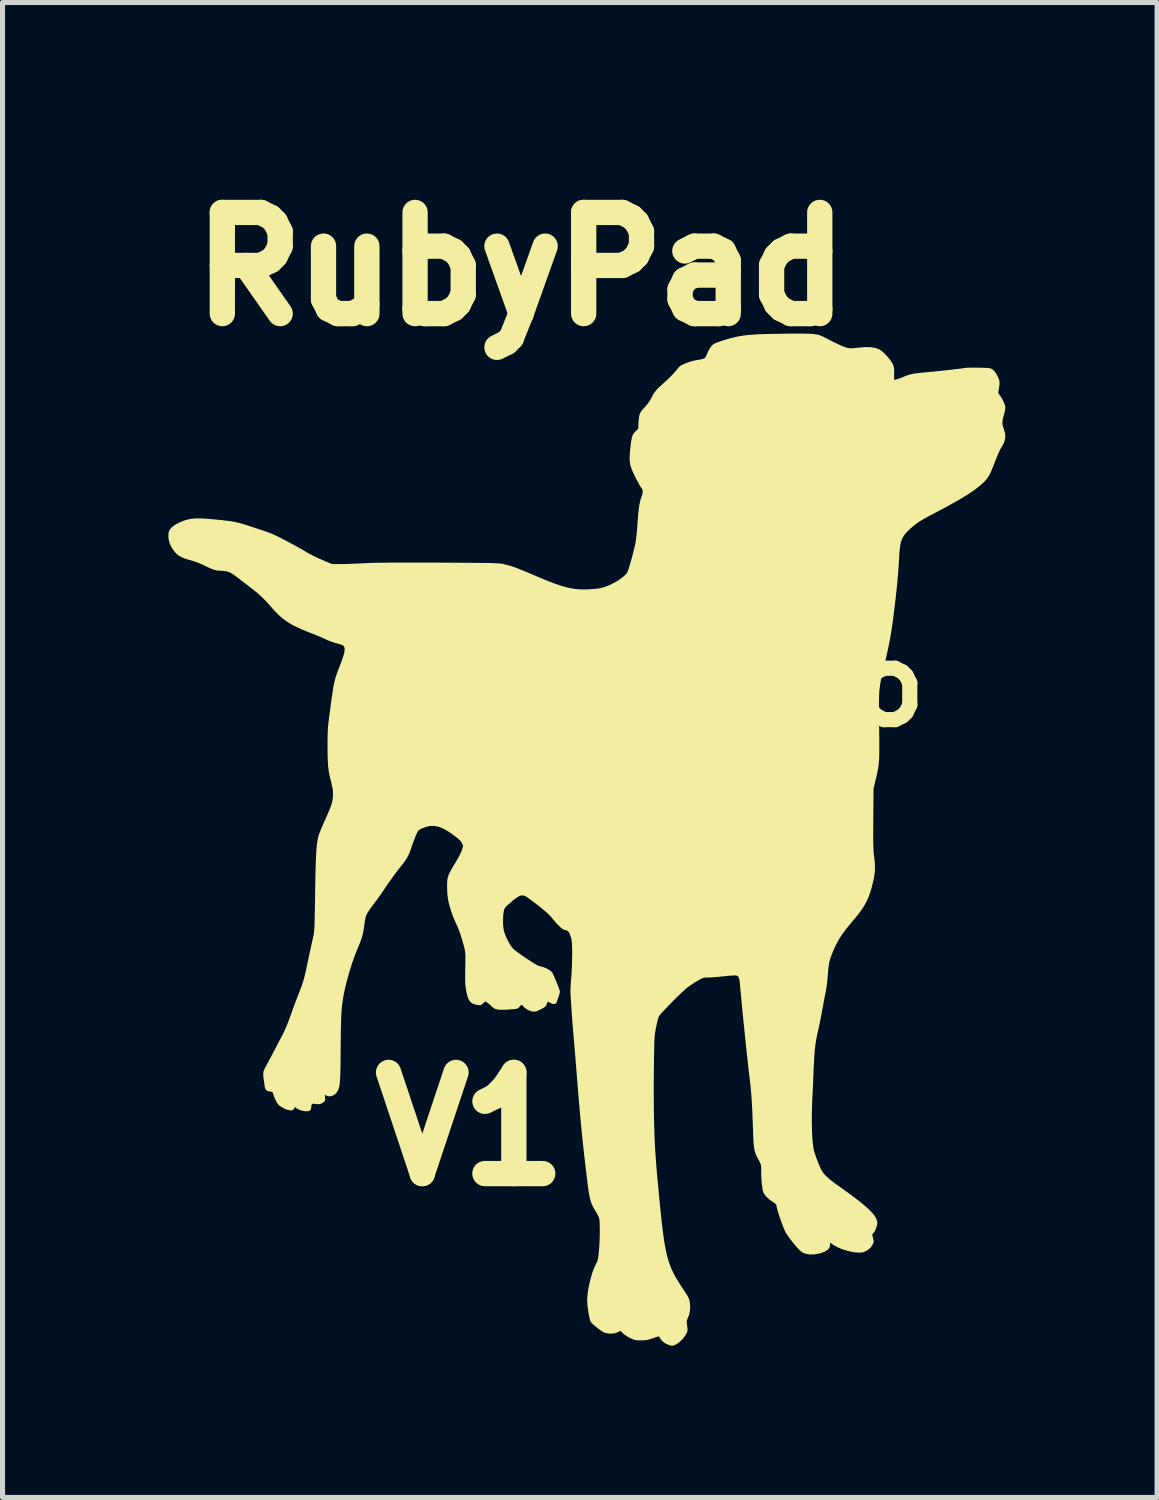
<source format=kicad_pcb>
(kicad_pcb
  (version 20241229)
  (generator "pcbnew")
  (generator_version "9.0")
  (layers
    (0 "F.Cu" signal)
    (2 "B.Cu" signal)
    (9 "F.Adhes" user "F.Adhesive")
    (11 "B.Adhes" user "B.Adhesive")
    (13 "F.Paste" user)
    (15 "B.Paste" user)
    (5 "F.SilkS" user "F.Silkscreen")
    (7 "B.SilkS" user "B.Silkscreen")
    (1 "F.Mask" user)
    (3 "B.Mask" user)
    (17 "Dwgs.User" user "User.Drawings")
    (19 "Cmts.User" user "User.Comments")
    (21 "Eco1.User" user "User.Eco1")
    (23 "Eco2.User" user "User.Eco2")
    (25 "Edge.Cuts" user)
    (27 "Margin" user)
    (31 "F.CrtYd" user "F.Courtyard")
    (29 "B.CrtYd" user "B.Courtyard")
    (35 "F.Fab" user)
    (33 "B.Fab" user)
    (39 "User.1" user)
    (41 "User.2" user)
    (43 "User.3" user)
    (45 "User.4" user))
  (footprint "logo"
    (layer "F.Cu")
    (at 0.25 0.25)
    (property "Reference" "logo" (at 12.507 10.236 0) (layer "F.SilkS") (effects (font (size 1.524 1.524) (thickness 0.3))))
    (attr board_only exclude_from_pos_files exclude_from_bom)
    (fp_poly (pts (xy 12.564 3.294) (xy 12.65 3.296) (xy 12.722 3.298) (xy 12.781 3.303) (xy 12.831 3.31) (xy 12.873 3.318) (xy 12.911 3.33) (xy 12.947 3.344) (xy 12.983 3.361) (xy 13.019 3.38) (xy 13.141 3.443) (xy 13.246 3.494) (xy 13.333 3.534) (xy 13.402 3.561) (xy 13.438 3.573) (xy 13.47 3.58) (xy 13.501 3.584) (xy 13.536 3.585) (xy 13.581 3.582) (xy 13.642 3.576) (xy 13.675 3.572) (xy 13.8 3.561) (xy 13.906 3.563) (xy 13.995 3.576) (xy 14.071 3.602) (xy 14.081 3.606) (xy 14.122 3.633) (xy 14.171 3.675) (xy 14.223 3.728) (xy 14.272 3.784) (xy 14.314 3.84) (xy 14.344 3.888) (xy 14.346 3.893) (xy 14.361 3.929) (xy 14.37 3.962) (xy 14.375 4) (xy 14.376 4.052) (xy 14.376 4.085) (xy 14.374 4.208) (xy 14.417 4.2) (xy 14.45 4.191) (xy 14.496 4.175) (xy 14.547 4.155) (xy 14.557 4.15) (xy 14.611 4.128) (xy 14.66 4.111) (xy 14.708 4.098) (xy 14.761 4.087) (xy 14.823 4.078) (xy 14.901 4.069) (xy 14.987 4.061) (xy 15.062 4.054) (xy 15.147 4.046) (xy 15.238 4.037) (xy 15.332 4.027) (xy 15.426 4.017) (xy 15.515 4.007) (xy 15.596 3.997) (xy 15.666 3.989) (xy 15.72 3.982) (xy 15.757 3.977) (xy 15.771 3.974) (xy 15.792 3.971) (xy 15.834 3.969) (xy 15.89 3.968) (xy 15.956 3.967) (xy 16.027 3.968) (xy 16.098 3.969) (xy 16.163 3.971) (xy 16.217 3.974) (xy 16.256 3.977) (xy 16.272 3.98) (xy 16.317 3.999) (xy 16.355 4.032) (xy 16.39 4.082) (xy 16.419 4.136) (xy 16.441 4.185) (xy 16.454 4.225) (xy 16.459 4.264) (xy 16.457 4.31) (xy 16.447 4.372) (xy 16.446 4.38) (xy 16.431 4.467) (xy 16.471 4.523) (xy 16.514 4.591) (xy 16.547 4.659) (xy 16.568 4.721) (xy 16.573 4.762) (xy 16.569 4.801) (xy 16.559 4.852) (xy 16.549 4.89) (xy 16.527 4.967) (xy 16.516 5.028) (xy 16.516 5.081) (xy 16.526 5.131) (xy 16.541 5.174) (xy 16.568 5.265) (xy 16.573 5.349) (xy 16.555 5.432) (xy 16.513 5.517) (xy 16.494 5.547) (xy 16.474 5.582) (xy 16.448 5.635) (xy 16.419 5.699) (xy 16.391 5.769) (xy 16.379 5.8) (xy 16.339 5.904) (xy 16.305 5.988) (xy 16.275 6.055) (xy 16.246 6.109) (xy 16.217 6.153) (xy 16.187 6.191) (xy 16.161 6.219) (xy 16.101 6.275) (xy 16.034 6.331) (xy 15.957 6.389) (xy 15.869 6.45) (xy 15.766 6.515) (xy 15.649 6.585) (xy 15.514 6.661) (xy 15.36 6.745) (xy 15.185 6.838) (xy 15.086 6.89) (xy 15.006 6.933) (xy 14.941 6.97) (xy 14.887 7.002) (xy 14.84 7.033) (xy 14.797 7.065) (xy 14.755 7.099) (xy 14.708 7.139) (xy 14.692 7.153) (xy 14.624 7.218) (xy 14.572 7.281) (xy 14.534 7.347) (xy 14.508 7.421) (xy 14.491 7.509) (xy 14.48 7.616) (xy 14.479 7.634) (xy 14.471 7.774) (xy 14.463 7.899) (xy 14.455 8.014) (xy 14.446 8.123) (xy 14.436 8.233) (xy 14.424 8.346) (xy 14.411 8.469) (xy 14.395 8.607) (xy 14.376 8.763) (xy 14.373 8.791) (xy 14.354 8.943) (xy 14.335 9.078) (xy 14.316 9.201) (xy 14.296 9.319) (xy 14.273 9.438) (xy 14.247 9.563) (xy 14.216 9.7) (xy 14.179 9.855) (xy 14.178 9.858) (xy 14.155 9.953) (xy 14.136 10.036) (xy 14.12 10.111) (xy 14.107 10.179) (xy 14.096 10.245) (xy 14.088 10.311) (xy 14.082 10.38) (xy 14.078 10.456) (xy 14.076 10.541) (xy 14.075 10.639) (xy 14.075 10.752) (xy 14.076 10.884) (xy 14.078 11.038) (xy 14.079 11.059) (xy 14.081 11.213) (xy 14.082 11.346) (xy 14.082 11.458) (xy 14.082 11.555) (xy 14.081 11.637) (xy 14.078 11.708) (xy 14.073 11.771) (xy 14.068 11.828) (xy 14.06 11.882) (xy 14.05 11.936) (xy 14.038 11.993) (xy 14.024 12.055) (xy 14.014 12.098) (xy 13.968 12.291) (xy 13.963 12.877) (xy 13.962 13.023) (xy 13.961 13.147) (xy 13.961 13.251) (xy 13.962 13.338) (xy 13.964 13.411) (xy 13.966 13.472) (xy 13.969 13.524) (xy 13.972 13.569) (xy 13.977 13.611) (xy 13.978 13.616) (xy 13.99 13.723) (xy 13.996 13.814) (xy 13.996 13.896) (xy 13.989 13.975) (xy 13.975 14.06) (xy 13.953 14.157) (xy 13.948 14.177) (xy 13.915 14.3) (xy 13.879 14.407) (xy 13.837 14.506) (xy 13.786 14.6) (xy 13.724 14.695) (xy 13.649 14.795) (xy 13.557 14.906) (xy 13.55 14.914) (xy 13.447 15.038) (xy 13.361 15.151) (xy 13.289 15.261) (xy 13.228 15.37) (xy 13.175 15.486) (xy 13.126 15.612) (xy 13.116 15.641) (xy 13.102 15.686) (xy 13.091 15.733) (xy 13.082 15.787) (xy 13.074 15.853) (xy 13.067 15.938) (xy 13.065 15.96) (xy 13.058 16.04) (xy 13.051 16.117) (xy 13.042 16.187) (xy 13.034 16.243) (xy 13.029 16.269) (xy 13.022 16.307) (xy 13.01 16.366) (xy 12.996 16.438) (xy 12.981 16.521) (xy 12.965 16.607) (xy 12.959 16.637) (xy 12.942 16.731) (xy 12.923 16.827) (xy 12.905 16.921) (xy 12.887 17.004) (xy 12.872 17.07) (xy 12.87 17.08) (xy 12.849 17.174) (xy 12.832 17.265) (xy 12.818 17.356) (xy 12.807 17.453) (xy 12.798 17.561) (xy 12.791 17.685) (xy 12.784 17.828) (xy 12.78 17.933) (xy 12.775 18.047) (xy 12.77 18.161) (xy 12.765 18.269) (xy 12.761 18.362) (xy 12.759 18.387) (xy 12.752 18.572) (xy 12.748 18.749) (xy 12.748 18.915) (xy 12.752 19.067) (xy 12.759 19.203) (xy 12.77 19.32) (xy 12.784 19.416) (xy 12.786 19.425) (xy 12.798 19.472) (xy 12.818 19.535) (xy 12.844 19.607) (xy 12.873 19.682) (xy 12.902 19.752) (xy 12.928 19.812) (xy 12.943 19.84) (xy 12.977 19.891) (xy 13.025 19.945) (xy 13.09 20.004) (xy 13.174 20.069) (xy 13.234 20.113) (xy 13.391 20.225) (xy 13.528 20.325) (xy 13.646 20.414) (xy 13.745 20.493) (xy 13.828 20.564) (xy 13.896 20.627) (xy 13.949 20.683) (xy 13.989 20.734) (xy 14.017 20.781) (xy 14.034 20.824) (xy 14.035 20.828) (xy 14.042 20.861) (xy 14.041 20.893) (xy 14.032 20.934) (xy 14.023 20.964) (xy 14.002 21.021) (xy 13.979 21.061) (xy 13.967 21.073) (xy 13.951 21.087) (xy 13.944 21.1) (xy 13.945 21.121) (xy 13.953 21.157) (xy 13.957 21.171) (xy 13.967 21.214) (xy 13.97 21.242) (xy 13.965 21.268) (xy 13.951 21.3) (xy 13.948 21.306) (xy 13.905 21.368) (xy 13.844 21.418) (xy 13.773 21.451) (xy 13.767 21.453) (xy 13.701 21.462) (xy 13.62 21.458) (xy 13.529 21.444) (xy 13.433 21.421) (xy 13.338 21.39) (xy 13.25 21.352) (xy 13.174 21.31) (xy 13.15 21.293) (xy 13.109 21.262) (xy 13.109 21.311) (xy 13.098 21.361) (xy 13.064 21.404) (xy 13.006 21.441) (xy 12.925 21.471) (xy 12.881 21.482) (xy 12.786 21.498) (xy 12.7 21.498) (xy 12.621 21.482) (xy 12.58 21.467) (xy 12.545 21.446) (xy 12.508 21.413) (xy 12.48 21.385) (xy 12.407 21.303) (xy 12.335 21.213) (xy 12.271 21.124) (xy 12.23 21.061) (xy 12.212 21.025) (xy 12.189 20.97) (xy 12.163 20.902) (xy 12.135 20.826) (xy 12.109 20.749) (xy 12.085 20.676) (xy 12.067 20.612) (xy 12.055 20.563) (xy 12.052 20.549) (xy 12.045 20.519) (xy 12.028 20.496) (xy 11.997 20.473) (xy 11.984 20.465) (xy 11.907 20.41) (xy 11.845 20.353) (xy 11.803 20.297) (xy 11.794 20.279) (xy 11.78 20.236) (xy 11.769 20.174) (xy 11.759 20.096) (xy 11.752 20.009) (xy 11.748 19.917) (xy 11.747 19.841) (xy 11.747 19.785) (xy 11.745 19.746) (xy 11.737 19.714) (xy 11.723 19.68) (xy 11.7 19.637) (xy 11.699 19.635) (xy 11.673 19.587) (xy 11.652 19.544) (xy 11.635 19.504) (xy 11.622 19.464) (xy 11.612 19.419) (xy 11.604 19.366) (xy 11.598 19.302) (xy 11.593 19.224) (xy 11.589 19.127) (xy 11.585 19.01) (xy 11.584 18.994) (xy 11.578 18.833) (xy 11.573 18.693) (xy 11.567 18.569) (xy 11.56 18.457) (xy 11.553 18.353) (xy 11.544 18.252) (xy 11.534 18.15) (xy 11.522 18.042) (xy 11.508 17.931) (xy 11.499 17.852) (xy 11.488 17.751) (xy 11.475 17.633) (xy 11.46 17.501) (xy 11.445 17.358) (xy 11.43 17.208) (xy 11.414 17.055) (xy 11.398 16.902) (xy 11.383 16.753) (xy 11.369 16.612) (xy 11.357 16.481) (xy 11.346 16.365) (xy 11.337 16.267) (xy 11.332 16.211) (xy 11.325 16.132) (xy 11.318 16.074) (xy 11.308 16.034) (xy 11.296 16.008) (xy 11.28 15.993) (xy 11.258 15.984) (xy 11.249 15.982) (xy 11.226 15.982) (xy 11.182 15.984) (xy 11.124 15.988) (xy 11.056 15.994) (xy 11.002 16) (xy 10.924 16.008) (xy 10.846 16.015) (xy 10.775 16.02) (xy 10.718 16.023) (xy 10.695 16.024) (xy 10.651 16.024) (xy 10.618 16.028) (xy 10.587 16.037) (xy 10.551 16.053) (xy 10.504 16.079) (xy 10.489 16.088) (xy 10.425 16.126) (xy 10.355 16.173) (xy 10.291 16.219) (xy 10.275 16.231) (xy 10.241 16.26) (xy 10.196 16.301) (xy 10.142 16.353) (xy 10.081 16.412) (xy 10.018 16.475) (xy 9.954 16.539) (xy 9.893 16.603) (xy 9.837 16.661) (xy 9.789 16.713) (xy 9.752 16.754) (xy 9.73 16.783) (xy 9.725 16.79) (xy 9.714 16.818) (xy 9.701 16.865) (xy 9.687 16.925) (xy 9.672 16.993) (xy 9.659 17.062) (xy 9.648 17.127) (xy 9.644 17.149) (xy 9.641 17.189) (xy 9.637 17.252) (xy 9.634 17.334) (xy 9.631 17.434) (xy 9.629 17.547) (xy 9.627 17.673) (xy 9.625 17.807) (xy 9.624 17.948) (xy 9.623 18.092) (xy 9.623 18.238) (xy 9.623 18.381) (xy 9.624 18.521) (xy 9.625 18.653) (xy 9.627 18.776) (xy 9.629 18.886) (xy 9.631 18.95) (xy 9.636 19.08) (xy 9.64 19.199) (xy 9.645 19.312) (xy 9.651 19.422) (xy 9.658 19.533) (xy 9.667 19.649) (xy 9.676 19.773) (xy 9.688 19.909) (xy 9.702 20.06) (xy 9.718 20.231) (xy 9.727 20.328) (xy 9.748 20.546) (xy 9.768 20.74) (xy 9.787 20.913) (xy 9.806 21.068) (xy 9.825 21.205) (xy 9.846 21.328) (xy 9.867 21.439) (xy 9.891 21.538) (xy 9.917 21.63) (xy 9.946 21.714) (xy 9.979 21.794) (xy 10.016 21.872) (xy 10.057 21.949) (xy 10.104 22.027) (xy 10.156 22.11) (xy 10.215 22.198) (xy 10.215 22.198) (xy 10.26 22.267) (xy 10.293 22.321) (xy 10.315 22.364) (xy 10.328 22.402) (xy 10.333 22.423) (xy 10.344 22.518) (xy 10.338 22.615) (xy 10.317 22.705) (xy 10.302 22.742) (xy 10.285 22.781) (xy 10.276 22.81) (xy 10.275 22.839) (xy 10.279 22.879) (xy 10.283 22.909) (xy 10.29 22.959) (xy 10.291 22.993) (xy 10.287 23.019) (xy 10.276 23.048) (xy 10.271 23.058) (xy 10.233 23.12) (xy 10.185 23.18) (xy 10.13 23.231) (xy 10.073 23.271) (xy 10.02 23.296) (xy 9.984 23.302) (xy 9.945 23.295) (xy 9.897 23.277) (xy 9.865 23.262) (xy 9.825 23.237) (xy 9.793 23.211) (xy 9.764 23.177) (xy 9.731 23.127) (xy 9.725 23.117) (xy 9.713 23.119) (xy 9.682 23.128) (xy 9.639 23.143) (xy 9.606 23.154) (xy 9.544 23.175) (xy 9.494 23.187) (xy 9.445 23.194) (xy 9.386 23.196) (xy 9.369 23.196) (xy 9.312 23.195) (xy 9.27 23.192) (xy 9.235 23.184) (xy 9.199 23.17) (xy 9.152 23.148) (xy 9.1 23.119) (xy 9.052 23.088) (xy 9.016 23.059) (xy 9.01 23.053) (xy 8.966 23.007) (xy 8.91 23.036) (xy 8.844 23.057) (xy 8.768 23.064) (xy 8.692 23.055) (xy 8.647 23.042) (xy 8.611 23.023) (xy 8.565 22.993) (xy 8.514 22.955) (xy 8.464 22.915) (xy 8.42 22.876) (xy 8.388 22.843) (xy 8.375 22.825) (xy 8.362 22.791) (xy 8.349 22.738) (xy 8.336 22.671) (xy 8.325 22.598) (xy 8.315 22.524) (xy 8.309 22.455) (xy 8.307 22.401) (xy 8.312 22.311) (xy 8.325 22.208) (xy 8.346 22.097) (xy 8.373 21.985) (xy 8.403 21.878) (xy 8.437 21.782) (xy 8.472 21.704) (xy 8.478 21.691) (xy 8.496 21.657) (xy 8.509 21.626) (xy 8.519 21.593) (xy 8.526 21.552) (xy 8.533 21.497) (xy 8.539 21.434) (xy 8.545 21.359) (xy 8.55 21.273) (xy 8.554 21.182) (xy 8.556 21.09) (xy 8.556 21.001) (xy 8.555 20.921) (xy 8.553 20.854) (xy 8.549 20.805) (xy 8.546 20.786) (xy 8.534 20.754) (xy 8.512 20.709) (xy 8.484 20.66) (xy 8.473 20.642) (xy 8.445 20.596) (xy 8.42 20.552) (xy 8.4 20.509) (xy 8.383 20.464) (xy 8.368 20.411) (xy 8.354 20.35) (xy 8.341 20.277) (xy 8.327 20.188) (xy 8.313 20.082) (xy 8.298 19.953) (xy 8.295 19.932) (xy 8.271 19.733) (xy 8.25 19.549) (xy 8.231 19.375) (xy 8.213 19.208) (xy 8.196 19.043) (xy 8.18 18.876) (xy 8.164 18.702) (xy 8.148 18.517) (xy 8.131 18.318) (xy 8.114 18.099) (xy 8.107 18.018) (xy 8.097 17.892) (xy 8.086 17.757) (xy 8.075 17.618) (xy 8.064 17.483) (xy 8.053 17.357) (xy 8.044 17.246) (xy 8.039 17.193) (xy 8.03 17.087) (xy 8.021 16.975) (xy 8.012 16.863) (xy 8.004 16.759) (xy 7.998 16.669) (xy 7.995 16.618) (xy 7.99 16.54) (xy 7.985 16.465) (xy 7.981 16.399) (xy 7.978 16.349) (xy 7.976 16.324) (xy 7.976 16.288) (xy 7.978 16.233) (xy 7.981 16.165) (xy 7.987 16.09) (xy 7.991 16.042) (xy 7.998 15.94) (xy 8.004 15.831) (xy 8.008 15.721) (xy 8.01 15.613) (xy 8.011 15.511) (xy 8.009 15.42) (xy 8.005 15.344) (xy 7.999 15.286) (xy 7.996 15.267) (xy 7.974 15.189) (xy 7.95 15.135) (xy 7.92 15.101) (xy 7.884 15.087) (xy 7.87 15.086) (xy 7.841 15.076) (xy 7.801 15.049) (xy 7.754 15.006) (xy 7.701 14.953) (xy 7.648 14.89) (xy 7.644 14.885) (xy 7.598 14.83) (xy 7.543 14.773) (xy 7.478 14.713) (xy 7.4 14.648) (xy 7.307 14.575) (xy 7.197 14.492) (xy 7.123 14.438) (xy 7.073 14.409) (xy 7.029 14.398) (xy 6.984 14.406) (xy 6.931 14.432) (xy 6.902 14.453) (xy 6.853 14.489) (xy 6.799 14.534) (xy 6.749 14.578) (xy 6.746 14.581) (xy 6.707 14.618) (xy 6.683 14.646) (xy 6.669 14.672) (xy 6.66 14.703) (xy 6.656 14.729) (xy 6.647 14.803) (xy 6.644 14.886) (xy 6.645 14.968) (xy 6.651 15.043) (xy 6.661 15.102) (xy 6.664 15.112) (xy 6.689 15.185) (xy 6.722 15.261) (xy 6.76 15.334) (xy 6.799 15.398) (xy 6.836 15.446) (xy 6.846 15.456) (xy 6.873 15.479) (xy 6.917 15.513) (xy 6.974 15.554) (xy 7.038 15.6) (xy 7.107 15.647) (xy 7.114 15.651) (xy 7.194 15.704) (xy 7.256 15.744) (xy 7.305 15.772) (xy 7.342 15.79) (xy 7.37 15.8) (xy 7.381 15.802) (xy 7.435 15.815) (xy 7.493 15.838) (xy 7.548 15.868) (xy 7.593 15.9) (xy 7.617 15.927) (xy 7.632 15.955) (xy 7.652 15.999) (xy 7.675 16.053) (xy 7.7 16.112) (xy 7.724 16.171) (xy 7.744 16.225) (xy 7.76 16.269) (xy 7.768 16.297) (xy 7.769 16.303) (xy 7.765 16.326) (xy 7.754 16.364) (xy 7.739 16.411) (xy 7.722 16.459) (xy 7.707 16.501) (xy 7.694 16.528) (xy 7.691 16.533) (xy 7.665 16.547) (xy 7.627 16.545) (xy 7.583 16.528) (xy 7.573 16.522) (xy 7.546 16.507) (xy 7.529 16.5) (xy 7.527 16.501) (xy 7.521 16.514) (xy 7.51 16.542) (xy 7.506 16.553) (xy 7.493 16.579) (xy 7.475 16.6) (xy 7.446 16.621) (xy 7.399 16.647) (xy 7.394 16.65) (xy 7.346 16.673) (xy 7.301 16.69) (xy 7.267 16.698) (xy 7.262 16.699) (xy 7.194 16.688) (xy 7.125 16.659) (xy 7.065 16.616) (xy 7.058 16.609) (xy 7.009 16.558) (xy 6.971 16.6) (xy 6.952 16.621) (xy 6.933 16.634) (xy 6.908 16.642) (xy 6.87 16.647) (xy 6.823 16.651) (xy 6.721 16.658) (xy 6.64 16.661) (xy 6.577 16.66) (xy 6.527 16.654) (xy 6.488 16.643) (xy 6.456 16.625) (xy 6.427 16.601) (xy 6.412 16.587) (xy 6.377 16.554) (xy 6.34 16.526) (xy 6.334 16.522) (xy 6.293 16.497) (xy 6.248 16.536) (xy 6.218 16.56) (xy 6.193 16.57) (xy 6.16 16.569) (xy 6.145 16.567) (xy 6.08 16.553) (xy 6.029 16.531) (xy 5.99 16.498) (xy 5.96 16.449) (xy 5.937 16.383) (xy 5.917 16.295) (xy 5.917 16.291) (xy 5.909 16.245) (xy 5.903 16.202) (xy 5.898 16.158) (xy 5.896 16.108) (xy 5.895 16.048) (xy 5.895 15.974) (xy 5.896 15.881) (xy 5.897 15.842) (xy 5.899 15.746) (xy 5.9 15.67) (xy 5.9 15.611) (xy 5.899 15.565) (xy 5.896 15.526) (xy 5.891 15.492) (xy 5.884 15.458) (xy 5.875 15.42) (xy 5.867 15.391) (xy 5.829 15.255) (xy 5.787 15.128) (xy 5.744 15.017) (xy 5.712 14.948) (xy 5.666 14.846) (xy 5.623 14.728) (xy 5.585 14.602) (xy 5.568 14.535) (xy 5.555 14.467) (xy 5.546 14.398) (xy 5.54 14.318) (xy 5.539 14.242) (xy 5.538 14.18) (xy 5.54 14.128) (xy 5.544 14.083) (xy 5.553 14.04) (xy 5.568 13.996) (xy 5.59 13.948) (xy 5.62 13.891) (xy 5.66 13.822) (xy 5.711 13.737) (xy 5.742 13.686) (xy 5.774 13.629) (xy 5.803 13.569) (xy 5.826 13.516) (xy 5.831 13.499) (xy 5.856 13.419) (xy 5.83 13.365) (xy 5.813 13.336) (xy 5.786 13.306) (xy 5.746 13.27) (xy 5.689 13.226) (xy 5.67 13.211) (xy 5.561 13.135) (xy 5.463 13.08) (xy 5.374 13.044) (xy 5.288 13.027) (xy 5.204 13.027) (xy 5.119 13.046) (xy 5.035 13.078) (xy 4.999 13.096) (xy 4.974 13.116) (xy 4.954 13.145) (xy 4.933 13.187) (xy 4.914 13.23) (xy 4.891 13.29) (xy 4.866 13.357) (xy 4.843 13.422) (xy 4.816 13.501) (xy 4.791 13.566) (xy 4.765 13.622) (xy 4.735 13.675) (xy 4.698 13.73) (xy 4.651 13.793) (xy 4.591 13.869) (xy 4.588 13.872) (xy 4.533 13.943) (xy 4.471 14.027) (xy 4.407 14.115) (xy 4.348 14.2) (xy 4.32 14.242) (xy 4.272 14.314) (xy 4.221 14.387) (xy 4.173 14.456) (xy 4.13 14.514) (xy 4.104 14.548) (xy 4.036 14.638) (xy 3.985 14.712) (xy 3.95 14.772) (xy 3.93 14.821) (xy 3.929 14.823) (xy 3.923 14.853) (xy 3.914 14.901) (xy 3.905 14.96) (xy 3.898 15.016) (xy 3.888 15.083) (xy 3.877 15.142) (xy 3.863 15.199) (xy 3.844 15.26) (xy 3.818 15.33) (xy 3.784 15.414) (xy 3.762 15.465) (xy 3.711 15.596) (xy 3.659 15.744) (xy 3.609 15.902) (xy 3.564 16.063) (xy 3.525 16.219) (xy 3.504 16.314) (xy 3.49 16.386) (xy 3.478 16.455) (xy 3.468 16.525) (xy 3.459 16.597) (xy 3.453 16.675) (xy 3.447 16.762) (xy 3.443 16.859) (xy 3.44 16.971) (xy 3.437 17.099) (xy 3.436 17.247) (xy 3.434 17.412) (xy 3.433 17.569) (xy 3.432 17.703) (xy 3.43 17.817) (xy 3.428 17.913) (xy 3.425 17.992) (xy 3.421 18.057) (xy 3.416 18.11) (xy 3.411 18.153) (xy 3.403 18.189) (xy 3.395 18.219) (xy 3.385 18.246) (xy 3.38 18.257) (xy 3.348 18.307) (xy 3.304 18.344) (xy 3.253 18.367) (xy 3.202 18.373) (xy 3.156 18.36) (xy 3.151 18.357) (xy 3.12 18.336) (xy 3.126 18.394) (xy 3.128 18.433) (xy 3.121 18.46) (xy 3.104 18.482) (xy 3.055 18.516) (xy 2.995 18.529) (xy 2.932 18.523) (xy 2.891 18.516) (xy 2.867 18.525) (xy 2.856 18.552) (xy 2.854 18.582) (xy 2.848 18.625) (xy 2.829 18.652) (xy 2.792 18.665) (xy 2.746 18.667) (xy 2.7 18.662) (xy 2.651 18.65) (xy 2.605 18.632) (xy 2.567 18.613) (xy 2.545 18.594) (xy 2.542 18.584) (xy 2.536 18.583) (xy 2.522 18.6) (xy 2.517 18.609) (xy 2.494 18.638) (xy 2.468 18.649) (xy 2.45 18.65) (xy 2.391 18.642) (xy 2.327 18.618) (xy 2.255 18.577) (xy 2.217 18.549) (xy 2.189 18.52) (xy 2.166 18.483) (xy 2.147 18.444) (xy 2.126 18.396) (xy 2.109 18.352) (xy 2.099 18.32) (xy 2.099 18.319) (xy 2.091 18.294) (xy 2.075 18.283) (xy 2.043 18.279) (xy 2.04 18.279) (xy 1.988 18.268) (xy 1.953 18.239) (xy 1.936 18.195) (xy 1.931 18.164) (xy 1.924 18.117) (xy 1.917 18.064) (xy 1.915 18.056) (xy 1.906 17.984) (xy 1.903 17.93) (xy 1.907 17.888) (xy 1.918 17.852) (xy 1.937 17.814) (xy 1.937 17.814) (xy 1.954 17.784) (xy 1.979 17.737) (xy 2.011 17.677) (xy 2.047 17.609) (xy 2.085 17.537) (xy 2.085 17.537) (xy 2.128 17.455) (xy 2.174 17.368) (xy 2.218 17.283) (xy 2.258 17.207) (xy 2.282 17.162) (xy 2.323 17.077) (xy 2.367 16.977) (xy 2.408 16.873) (xy 2.435 16.799) (xy 2.463 16.72) (xy 2.497 16.625) (xy 2.535 16.524) (xy 2.573 16.424) (xy 2.607 16.337) (xy 2.641 16.249) (xy 2.668 16.176) (xy 2.69 16.111) (xy 2.709 16.047) (xy 2.726 15.979) (xy 2.745 15.899) (xy 2.765 15.802) (xy 2.767 15.793) (xy 2.786 15.703) (xy 2.805 15.613) (xy 2.823 15.529) (xy 2.839 15.457) (xy 2.851 15.401) (xy 2.854 15.386) (xy 2.869 15.321) (xy 2.884 15.253) (xy 2.897 15.194) (xy 2.9 15.179) (xy 2.905 15.155) (xy 2.908 15.123) (xy 2.912 15.081) (xy 2.915 15.028) (xy 2.918 14.96) (xy 2.92 14.878) (xy 2.922 14.777) (xy 2.925 14.658) (xy 2.927 14.517) (xy 2.929 14.36) (xy 2.932 14.168) (xy 2.935 13.998) (xy 2.939 13.85) (xy 2.943 13.722) (xy 2.948 13.611) (xy 2.954 13.516) (xy 2.96 13.435) (xy 2.968 13.366) (xy 2.977 13.308) (xy 2.987 13.258) (xy 2.999 13.215) (xy 3.004 13.197) (xy 3.018 13.162) (xy 3.039 13.108) (xy 3.067 13.042) (xy 3.099 12.968) (xy 3.133 12.892) (xy 3.136 12.885) (xy 3.17 12.809) (xy 3.201 12.734) (xy 3.229 12.666) (xy 3.25 12.611) (xy 3.262 12.573) (xy 3.263 12.571) (xy 3.283 12.445) (xy 3.28 12.314) (xy 3.252 12.18) (xy 3.251 12.174) (xy 3.229 12.094) (xy 3.211 12.017) (xy 3.197 11.937) (xy 3.187 11.852) (xy 3.181 11.757) (xy 3.176 11.647) (xy 3.175 11.518) (xy 3.175 11.453) (xy 3.175 11.346) (xy 3.176 11.258) (xy 3.178 11.183) (xy 3.181 11.114) (xy 3.186 11.047) (xy 3.194 10.975) (xy 3.204 10.891) (xy 3.215 10.809) (xy 3.234 10.664) (xy 3.251 10.54) (xy 3.266 10.436) (xy 3.279 10.349) (xy 3.291 10.274) (xy 3.304 10.21) (xy 3.317 10.154) (xy 3.33 10.103) (xy 3.346 10.053) (xy 3.363 10.003) (xy 3.384 9.949) (xy 3.407 9.888) (xy 3.41 9.881) (xy 3.453 9.769) (xy 3.484 9.678) (xy 3.504 9.605) (xy 3.513 9.548) (xy 3.511 9.506) (xy 3.499 9.476) (xy 3.477 9.457) (xy 3.477 9.456) (xy 3.453 9.447) (xy 3.413 9.434) (xy 3.363 9.419) (xy 3.341 9.413) (xy 3.277 9.394) (xy 3.209 9.369) (xy 3.151 9.344) (xy 3.143 9.34) (xy 3.103 9.321) (xy 3.045 9.296) (xy 2.974 9.266) (xy 2.898 9.235) (xy 2.828 9.208) (xy 2.686 9.151) (xy 2.564 9.096) (xy 2.459 9.042) (xy 2.366 8.984) (xy 2.281 8.921) (xy 2.201 8.85) (xy 2.122 8.768) (xy 2.057 8.695) (xy 1.992 8.62) (xy 1.929 8.554) (xy 1.864 8.491) (xy 1.793 8.427) (xy 1.711 8.36) (xy 1.613 8.284) (xy 1.585 8.262) (xy 1.52 8.213) (xy 1.456 8.164) (xy 1.399 8.121) (xy 1.352 8.085) (xy 1.326 8.065) (xy 1.261 8.023) (xy 1.192 7.997) (xy 1.113 7.984) (xy 1.054 7.982) (xy 1.013 7.98) (xy 0.972 7.974) (xy 0.928 7.962) (xy 0.877 7.943) (xy 0.812 7.914) (xy 0.734 7.876) (xy 0.656 7.841) (xy 0.572 7.808) (xy 0.494 7.783) (xy 0.472 7.776) (xy 0.376 7.749) (xy 0.301 7.72) (xy 0.241 7.688) (xy 0.191 7.649) (xy 0.159 7.616) (xy 0.094 7.526) (xy 0.05 7.431) (xy 0.029 7.334) (xy 0.031 7.238) (xy 0.033 7.225) (xy 0.055 7.172) (xy 0.1 7.12) (xy 0.166 7.071) (xy 0.249 7.027) (xy 0.273 7.017) (xy 0.337 6.992) (xy 0.397 6.973) (xy 0.458 6.96) (xy 0.522 6.951) (xy 0.593 6.947) (xy 0.675 6.948) (xy 0.772 6.953) (xy 0.887 6.963) (xy 0.997 6.973) (xy 1.101 6.984) (xy 1.187 6.994) (xy 1.261 7.004) (xy 1.326 7.014) (xy 1.388 7.028) (xy 1.453 7.044) (xy 1.524 7.065) (xy 1.607 7.091) (xy 1.707 7.124) (xy 1.754 7.14) (xy 1.857 7.174) (xy 1.942 7.203) (xy 2.012 7.228) (xy 2.073 7.252) (xy 2.129 7.276) (xy 2.185 7.302) (xy 2.246 7.332) (xy 2.316 7.369) (xy 2.398 7.412) (xy 2.481 7.457) (xy 2.562 7.501) (xy 2.637 7.543) (xy 2.701 7.579) (xy 2.75 7.608) (xy 2.773 7.623) (xy 2.816 7.647) (xy 2.875 7.678) (xy 2.945 7.712) (xy 3.019 7.746) (xy 3.061 7.765) (xy 3.261 7.85) (xy 3.43 7.85) (xy 3.494 7.85) (xy 3.576 7.848) (xy 3.671 7.844) (xy 3.77 7.84) (xy 3.867 7.835) (xy 3.892 7.834) (xy 3.954 7.831) (xy 4.025 7.828) (xy 4.104 7.826) (xy 4.195 7.824) (xy 4.299 7.823) (xy 4.417 7.822) (xy 4.551 7.821) (xy 4.703 7.821) (xy 4.875 7.821) (xy 5.068 7.821) (xy 5.283 7.822) (xy 5.368 7.822) (xy 5.567 7.823) (xy 5.742 7.824) (xy 5.895 7.825) (xy 6.029 7.826) (xy 6.144 7.827) (xy 6.242 7.828) (xy 6.325 7.829) (xy 6.394 7.83) (xy 6.452 7.832) (xy 6.499 7.834) (xy 6.538 7.836) (xy 6.57 7.838) (xy 6.596 7.841) (xy 6.619 7.844) (xy 6.64 7.848) (xy 6.66 7.852) (xy 6.671 7.855) (xy 6.728 7.869) (xy 6.783 7.884) (xy 6.839 7.902) (xy 6.902 7.924) (xy 6.974 7.952) (xy 7.06 7.987) (xy 7.162 8.03) (xy 7.225 8.057) (xy 7.387 8.126) (xy 7.529 8.184) (xy 7.654 8.232) (xy 7.766 8.271) (xy 7.866 8.301) (xy 7.958 8.324) (xy 8.045 8.339) (xy 8.13 8.348) (xy 8.215 8.352) (xy 8.303 8.351) (xy 8.374 8.347) (xy 8.453 8.341) (xy 8.514 8.335) (xy 8.563 8.327) (xy 8.609 8.316) (xy 8.657 8.301) (xy 8.684 8.291) (xy 8.77 8.256) (xy 8.855 8.212) (xy 8.936 8.163) (xy 9.007 8.111) (xy 9.064 8.061) (xy 9.098 8.019) (xy 9.108 7.996) (xy 9.123 7.953) (xy 9.142 7.895) (xy 9.162 7.824) (xy 9.184 7.747) (xy 9.206 7.667) (xy 9.226 7.587) (xy 9.244 7.513) (xy 9.258 7.451) (xy 9.268 7.396) (xy 9.277 7.325) (xy 9.286 7.245) (xy 9.293 7.165) (xy 9.295 7.144) (xy 9.304 7.017) (xy 9.312 6.911) (xy 9.32 6.823) (xy 9.328 6.751) (xy 9.337 6.691) (xy 9.347 6.639) (xy 9.358 6.593) (xy 9.371 6.552) (xy 9.392 6.486) (xy 9.403 6.438) (xy 9.405 6.402) (xy 9.398 6.375) (xy 9.383 6.349) (xy 9.376 6.341) (xy 9.359 6.317) (xy 9.335 6.275) (xy 9.305 6.221) (xy 9.272 6.159) (xy 9.256 6.126) (xy 9.214 6.039) (xy 9.183 5.964) (xy 9.162 5.897) (xy 9.15 5.829) (xy 9.146 5.757) (xy 9.149 5.673) (xy 9.158 5.572) (xy 9.161 5.545) (xy 9.172 5.456) (xy 9.183 5.389) (xy 9.194 5.337) (xy 9.209 5.298) (xy 9.228 5.265) (xy 9.253 5.236) (xy 9.267 5.222) (xy 9.316 5.175) (xy 9.323 5.042) (xy 9.328 4.968) (xy 9.337 4.912) (xy 9.354 4.866) (xy 9.381 4.823) (xy 9.421 4.775) (xy 9.451 4.743) (xy 9.514 4.668) (xy 9.566 4.586) (xy 9.576 4.568) (xy 9.601 4.519) (xy 9.625 4.478) (xy 9.65 4.442) (xy 9.679 4.406) (xy 9.717 4.366) (xy 9.767 4.319) (xy 9.832 4.26) (xy 9.844 4.25) (xy 9.902 4.196) (xy 9.959 4.141) (xy 10.009 4.089) (xy 10.047 4.046) (xy 10.062 4.027) (xy 10.095 3.986) (xy 10.127 3.951) (xy 10.153 3.929) (xy 10.155 3.928) (xy 10.215 3.897) (xy 10.291 3.867) (xy 10.372 3.841) (xy 10.447 3.823) (xy 10.481 3.817) (xy 10.549 3.806) (xy 10.596 3.795) (xy 10.628 3.78) (xy 10.647 3.76) (xy 10.658 3.738) (xy 10.688 3.666) (xy 10.724 3.599) (xy 10.761 3.545) (xy 10.776 3.527) (xy 10.796 3.51) (xy 10.821 3.493) (xy 10.857 3.477) (xy 10.906 3.459) (xy 10.974 3.436) (xy 11.003 3.427) (xy 11.087 3.401) (xy 11.166 3.379) (xy 11.242 3.361) (xy 11.319 3.346) (xy 11.399 3.333) (xy 11.486 3.323) (xy 11.581 3.315) (xy 11.689 3.308) (xy 11.812 3.304) (xy 11.953 3.3) (xy 12.115 3.298) (xy 12.19 3.297) (xy 12.336 3.295) (xy 12.46 3.294)) (stroke (width 0) (type solid)) (fill yes) (layer "F.SilkS"))
    (fp_text user "V1" (at 6 19 0) (unlocked yes) (layer "F.SilkS") (effects (font (size 2 2) (thickness 0.5))))
    (fp_text user "RubyPad" (at 7 2 0) (unlocked yes) (layer "F.SilkS") (effects (font (size 2 2) (thickness 0.5)))))
  (gr_rect
    (start -3 -3)
    (end 19.823 26.552)
    (stroke (width 0.1) (type default))
    (fill no)
    (layer "Edge.Cuts")))
</source>
